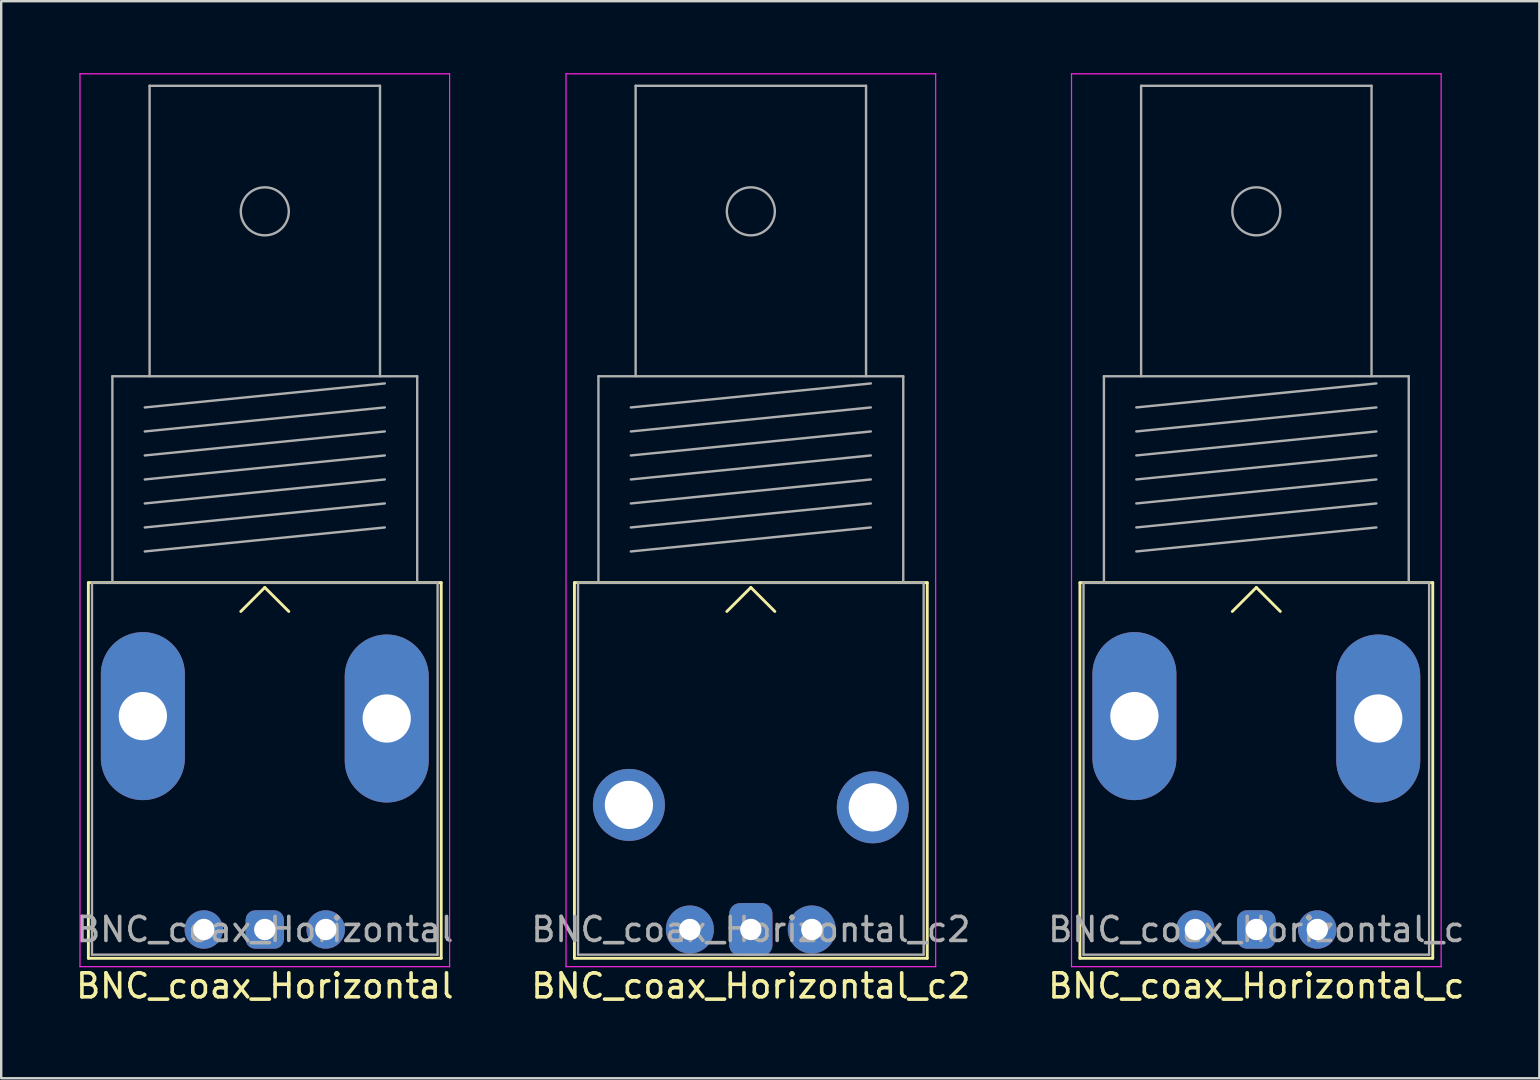
<source format=kicad_pcb>
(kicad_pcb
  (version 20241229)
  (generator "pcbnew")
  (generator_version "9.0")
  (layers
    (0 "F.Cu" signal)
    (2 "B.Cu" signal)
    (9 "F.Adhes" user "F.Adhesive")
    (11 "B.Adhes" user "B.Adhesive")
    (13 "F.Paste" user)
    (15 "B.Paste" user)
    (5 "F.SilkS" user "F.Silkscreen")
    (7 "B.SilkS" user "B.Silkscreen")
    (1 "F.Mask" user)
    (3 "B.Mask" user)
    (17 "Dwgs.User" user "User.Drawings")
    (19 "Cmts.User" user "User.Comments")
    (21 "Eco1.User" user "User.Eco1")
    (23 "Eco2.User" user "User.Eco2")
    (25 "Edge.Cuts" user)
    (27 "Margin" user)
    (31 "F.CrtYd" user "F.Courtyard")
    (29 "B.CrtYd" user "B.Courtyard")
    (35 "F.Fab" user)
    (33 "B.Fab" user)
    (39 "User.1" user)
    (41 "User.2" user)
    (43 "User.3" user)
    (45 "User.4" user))
  (footprint "BNC_coax_Horizontal_c"
    (layer "F.Cu")
    (at 49.292 35.675)
    (property "Reference" "BNC_coax_Horizontal_c" (at 0 2.35 0) (layer "F.SilkS") (effects (font (size 1 1) (thickness 0.15))))
    (attr through_hole)
    (fp_line (start -7.35 -14.45) (end 7.35 -14.45) (stroke (width 0.12) (type solid)) (layer "F.SilkS"))
    (fp_line (start -7.35 1.2) (end -7.35 -14.45) (stroke (width 0.12) (type solid)) (layer "F.SilkS"))
    (fp_line (start 0 -14.25) (end -1 -13.25) (stroke (width 0.12) (type solid)) (layer "F.SilkS"))
    (fp_line (start 0 -14.25) (end 1 -13.25) (stroke (width 0.12) (type solid)) (layer "F.SilkS"))
    (fp_line (start 7.35 -14.45) (end 7.35 1.2) (stroke (width 0.12) (type solid)) (layer "F.SilkS"))
    (fp_line (start 7.35 1.2) (end -7.35 1.2) (stroke (width 0.12) (type solid)) (layer "F.SilkS"))
    (fp_line (start -7.7 1.55) (end -7.7 -35.65) (stroke (width 0.05) (type solid)) (layer "F.CrtYd"))
    (fp_line (start -7.7 1.55) (end 7.7 1.55) (stroke (width 0.05) (type solid)) (layer "F.CrtYd"))
    (fp_line (start 7.7 -35.65) (end -7.7 -35.65) (stroke (width 0.05) (type solid)) (layer "F.CrtYd"))
    (fp_line (start 7.7 1.55) (end 7.7 -35.65) (stroke (width 0.05) (type solid)) (layer "F.CrtYd"))
    (fp_line (start -7.2 -14.45) (end -7.2 1.05) (stroke (width 0.1) (type solid)) (layer "F.Fab"))
    (fp_line (start -7.2 1.05) (end 7.2 1.05) (stroke (width 0.1) (type solid)) (layer "F.Fab"))
    (fp_line (start -6.35 -23.05) (end -6.35 -14.45) (stroke (width 0.1) (type solid)) (layer "F.Fab"))
    (fp_line (start -5 -21.75) (end 5 -22.75) (stroke (width 0.1) (type solid)) (layer "F.Fab"))
    (fp_line (start -5 -20.75) (end 5 -21.75) (stroke (width 0.1) (type solid)) (layer "F.Fab"))
    (fp_line (start -5 -19.75) (end 5 -20.75) (stroke (width 0.1) (type solid)) (layer "F.Fab"))
    (fp_line (start -5 -18.75) (end 5 -19.75) (stroke (width 0.1) (type solid)) (layer "F.Fab"))
    (fp_line (start -5 -17.75) (end 5 -18.75) (stroke (width 0.1) (type solid)) (layer "F.Fab"))
    (fp_line (start -5 -16.75) (end 5 -17.75) (stroke (width 0.1) (type solid)) (layer "F.Fab"))
    (fp_line (start -5 -15.75) (end 5 -16.75) (stroke (width 0.1) (type solid)) (layer "F.Fab"))
    (fp_line (start -4.8 -35.15) (end -4.8 -23.05) (stroke (width 0.1) (type solid)) (layer "F.Fab"))
    (fp_line (start 4.8 -35.15) (end -4.8 -35.15) (stroke (width 0.1) (type solid)) (layer "F.Fab"))
    (fp_line (start 4.8 -23.05) (end 4.8 -35.15) (stroke (width 0.1) (type solid)) (layer "F.Fab"))
    (fp_line (start 6.35 -23.05) (end -6.35 -23.05) (stroke (width 0.1) (type solid)) (layer "F.Fab"))
    (fp_line (start 6.35 -14.45) (end 6.35 -23.05) (stroke (width 0.1) (type solid)) (layer "F.Fab"))
    (fp_line (start 7.2 -14.45) (end -7.2 -14.45) (stroke (width 0.1) (type solid)) (layer "F.Fab"))
    (fp_line (start 7.2 1.05) (end 7.2 -14.45) (stroke (width 0.1) (type solid)) (layer "F.Fab"))
    (fp_circle (center 0 -29.92) (end 1 -29.92) (stroke (width 0.1) (type solid)) (fill no) (layer "F.Fab"))
    (fp_text user "${REFERENCE}" (at 0 0 0) (layer "F.Fab") (effects (font (size 1 1) (thickness 0.15))))
    (pad "" thru_hole oval (at -5.08 -8.89) (size 3.5 7) (drill 2.01) (layers "*.Cu" "*.Mask"))
    (pad "" thru_hole oval (at 5.08 -8.79) (size 3.5 7) (drill 2.01) (layers "*.Cu" "*.Mask"))
    (pad "1" thru_hole roundrect (at 0 0) (size 1.6 1.6) (drill 0.89) (layers "*.Cu" "*.Mask") (roundrect_rratio 0.25))
    (pad "2" thru_hole circle (at -2.54 0) (size 1.6 1.6) (drill 0.89) (layers "*.Cu" "*.Mask"))
    (pad "2" thru_hole circle (at 2.54 0) (size 1.6 1.6) (drill 0.89) (layers "*.Cu" "*.Mask")))
  (footprint "BNC_coax_Horizontal"
    (layer "F.Cu")
    (at 7.982 35.675)
    (property "Reference" "BNC_coax_Horizontal" (at 0 2.35 0) (layer "F.SilkS") (effects (font (size 1 1) (thickness 0.15))))
    (attr through_hole)
    (fp_line (start -7.35 -14.45) (end 7.35 -14.45) (stroke (width 0.12) (type solid)) (layer "F.SilkS"))
    (fp_line (start -7.35 1.2) (end -7.35 -14.45) (stroke (width 0.12) (type solid)) (layer "F.SilkS"))
    (fp_line (start 0 -14.25) (end -1 -13.25) (stroke (width 0.12) (type solid)) (layer "F.SilkS"))
    (fp_line (start 0 -14.25) (end 1 -13.25) (stroke (width 0.12) (type solid)) (layer "F.SilkS"))
    (fp_line (start 7.35 -14.45) (end 7.35 1.2) (stroke (width 0.12) (type solid)) (layer "F.SilkS"))
    (fp_line (start 7.35 1.2) (end -7.35 1.2) (stroke (width 0.12) (type solid)) (layer "F.SilkS"))
    (fp_line (start -7.7 1.55) (end -7.7 -35.65) (stroke (width 0.05) (type solid)) (layer "F.CrtYd"))
    (fp_line (start -7.7 1.55) (end 7.7 1.55) (stroke (width 0.05) (type solid)) (layer "F.CrtYd"))
    (fp_line (start 7.7 -35.65) (end -7.7 -35.65) (stroke (width 0.05) (type solid)) (layer "F.CrtYd"))
    (fp_line (start 7.7 1.55) (end 7.7 -35.65) (stroke (width 0.05) (type solid)) (layer "F.CrtYd"))
    (fp_line (start -7.2 -14.45) (end -7.2 1.05) (stroke (width 0.1) (type solid)) (layer "F.Fab"))
    (fp_line (start -7.2 1.05) (end 7.2 1.05) (stroke (width 0.1) (type solid)) (layer "F.Fab"))
    (fp_line (start -6.35 -23.05) (end -6.35 -14.45) (stroke (width 0.1) (type solid)) (layer "F.Fab"))
    (fp_line (start -5 -21.75) (end 5 -22.75) (stroke (width 0.1) (type solid)) (layer "F.Fab"))
    (fp_line (start -5 -20.75) (end 5 -21.75) (stroke (width 0.1) (type solid)) (layer "F.Fab"))
    (fp_line (start -5 -19.75) (end 5 -20.75) (stroke (width 0.1) (type solid)) (layer "F.Fab"))
    (fp_line (start -5 -18.75) (end 5 -19.75) (stroke (width 0.1) (type solid)) (layer "F.Fab"))
    (fp_line (start -5 -17.75) (end 5 -18.75) (stroke (width 0.1) (type solid)) (layer "F.Fab"))
    (fp_line (start -5 -16.75) (end 5 -17.75) (stroke (width 0.1) (type solid)) (layer "F.Fab"))
    (fp_line (start -5 -15.75) (end 5 -16.75) (stroke (width 0.1) (type solid)) (layer "F.Fab"))
    (fp_line (start -4.8 -35.15) (end -4.8 -23.05) (stroke (width 0.1) (type solid)) (layer "F.Fab"))
    (fp_line (start 4.8 -35.15) (end -4.8 -35.15) (stroke (width 0.1) (type solid)) (layer "F.Fab"))
    (fp_line (start 4.8 -23.05) (end 4.8 -35.15) (stroke (width 0.1) (type solid)) (layer "F.Fab"))
    (fp_line (start 6.35 -23.05) (end -6.35 -23.05) (stroke (width 0.1) (type solid)) (layer "F.Fab"))
    (fp_line (start 6.35 -14.45) (end 6.35 -23.05) (stroke (width 0.1) (type solid)) (layer "F.Fab"))
    (fp_line (start 7.2 -14.45) (end -7.2 -14.45) (stroke (width 0.1) (type solid)) (layer "F.Fab"))
    (fp_line (start 7.2 1.05) (end 7.2 -14.45) (stroke (width 0.1) (type solid)) (layer "F.Fab"))
    (fp_circle (center 0 -29.92) (end 1 -29.92) (stroke (width 0.1) (type solid)) (fill no) (layer "F.Fab"))
    (fp_text user "${REFERENCE}" (at 0 0 0) (layer "F.Fab") (effects (font (size 1 1) (thickness 0.15))))
    (pad "" thru_hole oval (at -5.08 -8.89) (size 3.5 7) (drill 2.01) (layers "*.Cu" "*.Mask"))
    (pad "" thru_hole oval (at 5.08 -8.79) (size 3.5 7) (drill 2.01) (layers "*.Cu" "*.Mask"))
    (pad "1" thru_hole roundrect (at 0 0) (size 1.6 1.6) (drill 0.89) (layers "*.Cu" "*.Mask") (roundrect_rratio 0.25))
    (pad "2" thru_hole circle (at -2.54 0) (size 1.6 1.6) (drill 0.89) (layers "*.Cu" "*.Mask"))
    (pad "2" thru_hole circle (at 2.54 0) (size 1.6 1.6) (drill 0.89) (layers "*.Cu" "*.Mask")))
  (footprint "BNC_coax_Horizontal_c2"
    (layer "F.Cu")
    (at 28.232 35.675)
    (property "Reference" "BNC_coax_Horizontal_c2" (at 0 2.35 0) (layer "F.SilkS") (effects (font (size 1 1) (thickness 0.15))))
    (attr through_hole)
    (fp_line (start -7.35 -14.45) (end 7.35 -14.45) (stroke (width 0.12) (type solid)) (layer "F.SilkS"))
    (fp_line (start -7.35 1.2) (end -7.35 -14.45) (stroke (width 0.12) (type solid)) (layer "F.SilkS"))
    (fp_line (start 0 -14.25) (end -1 -13.25) (stroke (width 0.12) (type solid)) (layer "F.SilkS"))
    (fp_line (start 0 -14.25) (end 1 -13.25) (stroke (width 0.12) (type solid)) (layer "F.SilkS"))
    (fp_line (start 7.35 -14.45) (end 7.35 1.2) (stroke (width 0.12) (type solid)) (layer "F.SilkS"))
    (fp_line (start 7.35 1.2) (end -7.35 1.2) (stroke (width 0.12) (type solid)) (layer "F.SilkS"))
    (fp_line (start -7.7 1.55) (end -7.7 -35.65) (stroke (width 0.05) (type solid)) (layer "F.CrtYd"))
    (fp_line (start -7.7 1.55) (end 7.7 1.55) (stroke (width 0.05) (type solid)) (layer "F.CrtYd"))
    (fp_line (start 7.7 -35.65) (end -7.7 -35.65) (stroke (width 0.05) (type solid)) (layer "F.CrtYd"))
    (fp_line (start 7.7 1.55) (end 7.7 -35.65) (stroke (width 0.05) (type solid)) (layer "F.CrtYd"))
    (fp_line (start -7.2 -14.45) (end -7.2 1.05) (stroke (width 0.1) (type solid)) (layer "F.Fab"))
    (fp_line (start -7.2 1.05) (end 7.2 1.05) (stroke (width 0.1) (type solid)) (layer "F.Fab"))
    (fp_line (start -6.35 -23.05) (end -6.35 -14.45) (stroke (width 0.1) (type solid)) (layer "F.Fab"))
    (fp_line (start -5 -21.75) (end 5 -22.75) (stroke (width 0.1) (type solid)) (layer "F.Fab"))
    (fp_line (start -5 -20.75) (end 5 -21.75) (stroke (width 0.1) (type solid)) (layer "F.Fab"))
    (fp_line (start -5 -19.75) (end 5 -20.75) (stroke (width 0.1) (type solid)) (layer "F.Fab"))
    (fp_line (start -5 -18.75) (end 5 -19.75) (stroke (width 0.1) (type solid)) (layer "F.Fab"))
    (fp_line (start -5 -17.75) (end 5 -18.75) (stroke (width 0.1) (type solid)) (layer "F.Fab"))
    (fp_line (start -5 -16.75) (end 5 -17.75) (stroke (width 0.1) (type solid)) (layer "F.Fab"))
    (fp_line (start -5 -15.75) (end 5 -16.75) (stroke (width 0.1) (type solid)) (layer "F.Fab"))
    (fp_line (start -4.8 -35.15) (end -4.8 -23.05) (stroke (width 0.1) (type solid)) (layer "F.Fab"))
    (fp_line (start 4.8 -35.15) (end -4.8 -35.15) (stroke (width 0.1) (type solid)) (layer "F.Fab"))
    (fp_line (start 4.8 -23.05) (end 4.8 -35.15) (stroke (width 0.1) (type solid)) (layer "F.Fab"))
    (fp_line (start 6.35 -23.05) (end -6.35 -23.05) (stroke (width 0.1) (type solid)) (layer "F.Fab"))
    (fp_line (start 6.35 -14.45) (end 6.35 -23.05) (stroke (width 0.1) (type solid)) (layer "F.Fab"))
    (fp_line (start 7.2 -14.45) (end -7.2 -14.45) (stroke (width 0.1) (type solid)) (layer "F.Fab"))
    (fp_line (start 7.2 1.05) (end 7.2 -14.45) (stroke (width 0.1) (type solid)) (layer "F.Fab"))
    (fp_circle (center 0 -29.92) (end 1 -29.92) (stroke (width 0.1) (type solid)) (fill no) (layer "F.Fab"))
    (fp_text user "${REFERENCE}" (at 0 0 0) (layer "F.Fab") (effects (font (size 1 1) (thickness 0.15))))
    (pad "" thru_hole circle (at -5.08 -5.19) (size 3 3) (drill 2.01) (layers "*.Cu" "*.Mask"))
    (pad "" thru_hole circle (at 5.08 -5.09) (size 3 3) (drill 2.01) (layers "*.Cu" "*.Mask"))
    (pad "1" thru_hole roundrect (at 0 0) (size 1.8 2.2) (drill 0.89) (layers "*.Cu" "*.Mask") (roundrect_rratio 0.25))
    (pad "2" thru_hole circle (at -2.54 0) (size 2 2) (drill 0.89) (layers "*.Cu" "*.Mask"))
    (pad "2" thru_hole circle (at 2.54 0) (size 2 2) (drill 0.89) (layers "*.Cu" "*.Mask")))
  (gr_rect
    (start -3 -3)
    (end 61.083 41.873)
    (stroke (width 0.1) (type default))
    (fill no)
    (layer "Edge.Cuts")))
</source>
